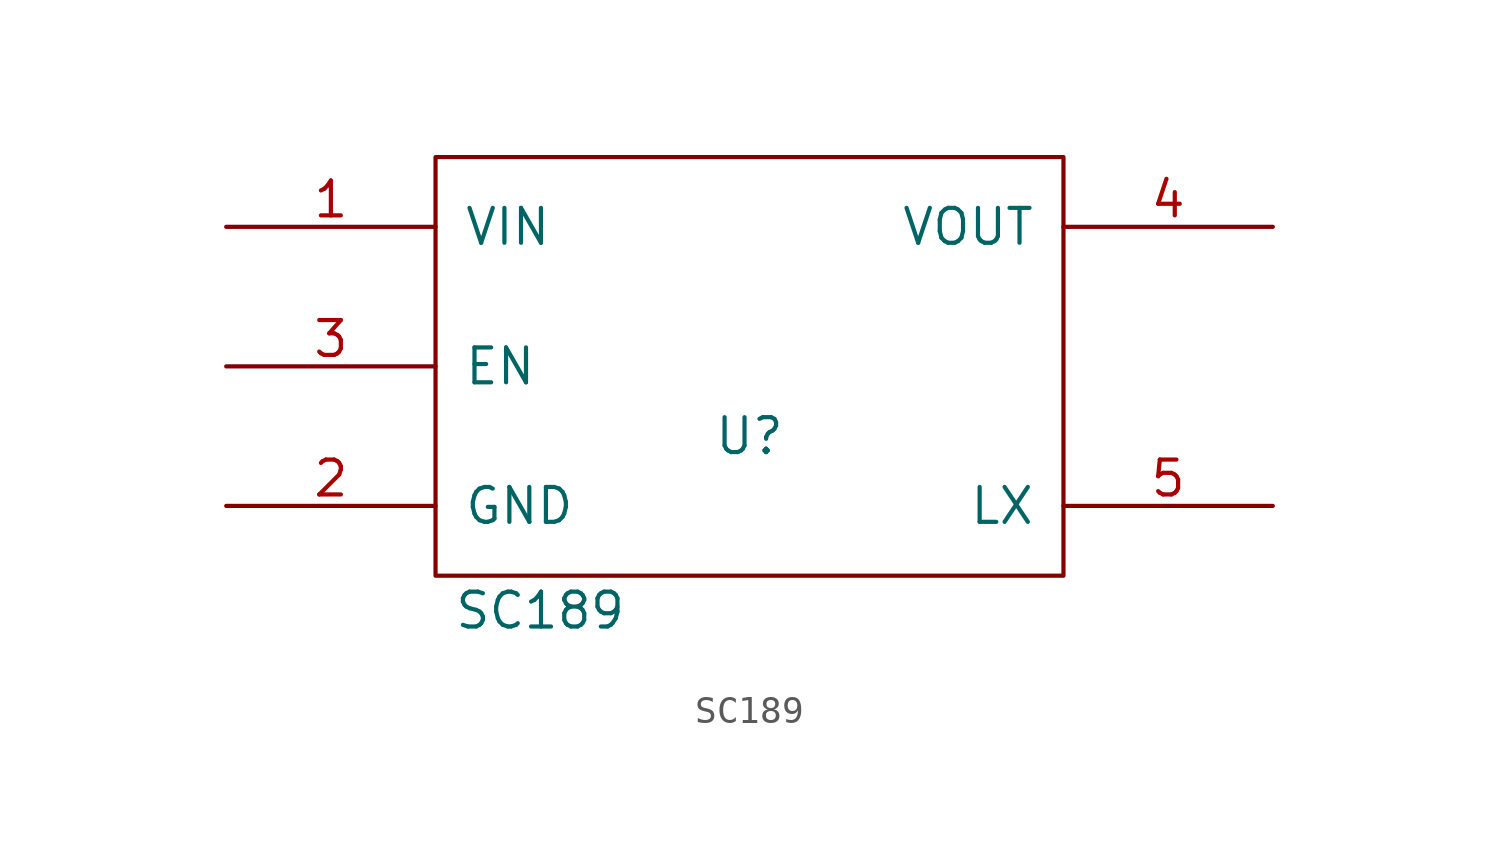
<source format=kicad_sym>
(kicad_symbol_lib
  (version 20220914)
  (generator kicad_symbol_editor)
  (symbol "SC189"
    (pin_names
      (offset 1.016))
    (property "Reference" "U"
      (at 0 -2.54 0)
      (effects (font (size 1.27 1.27))))
    (property "Value" "SC189"
      (at -7.62 -8.89 0)
      (effects (font (size 1.27 1.27))))
    (symbol "SC189_1_0"
      (rectangle (start -11.43 -7.62) (end 11.43 7.62) (stroke (width 0) (type solid)) (fill (type none))))
    (symbol "SC189_1_1"
      (pin power_in line (at -19.05 5.08 0) (length 7.62) (name "VIN" (effects (font (size 1.27 1.27)))) (number "1" (effects (font (size 1.27 1.27)))))
      (pin input line (at -19.05 -5.08 0) (length 7.62) (name "GND" (effects (font (size 1.27 1.27)))) (number "2" (effects (font (size 1.27 1.27)))))
      (pin input line (at -19.05 0 0) (length 7.62) (name "EN" (effects (font (size 1.27 1.27)))) (number "3" (effects (font (size 1.27 1.27)))))
      (pin power_out line (at 19.05 5.08 180) (length 7.62) (name "VOUT" (effects (font (size 1.27 1.27)))) (number "4" (effects (font (size 1.27 1.27)))))
      (pin input line (at 19.05 -5.08 180) (length 7.62) (name "LX" (effects (font (size 1.27 1.27)))) (number "5" (effects (font (size 1.27 1.27))))))))
</source>
